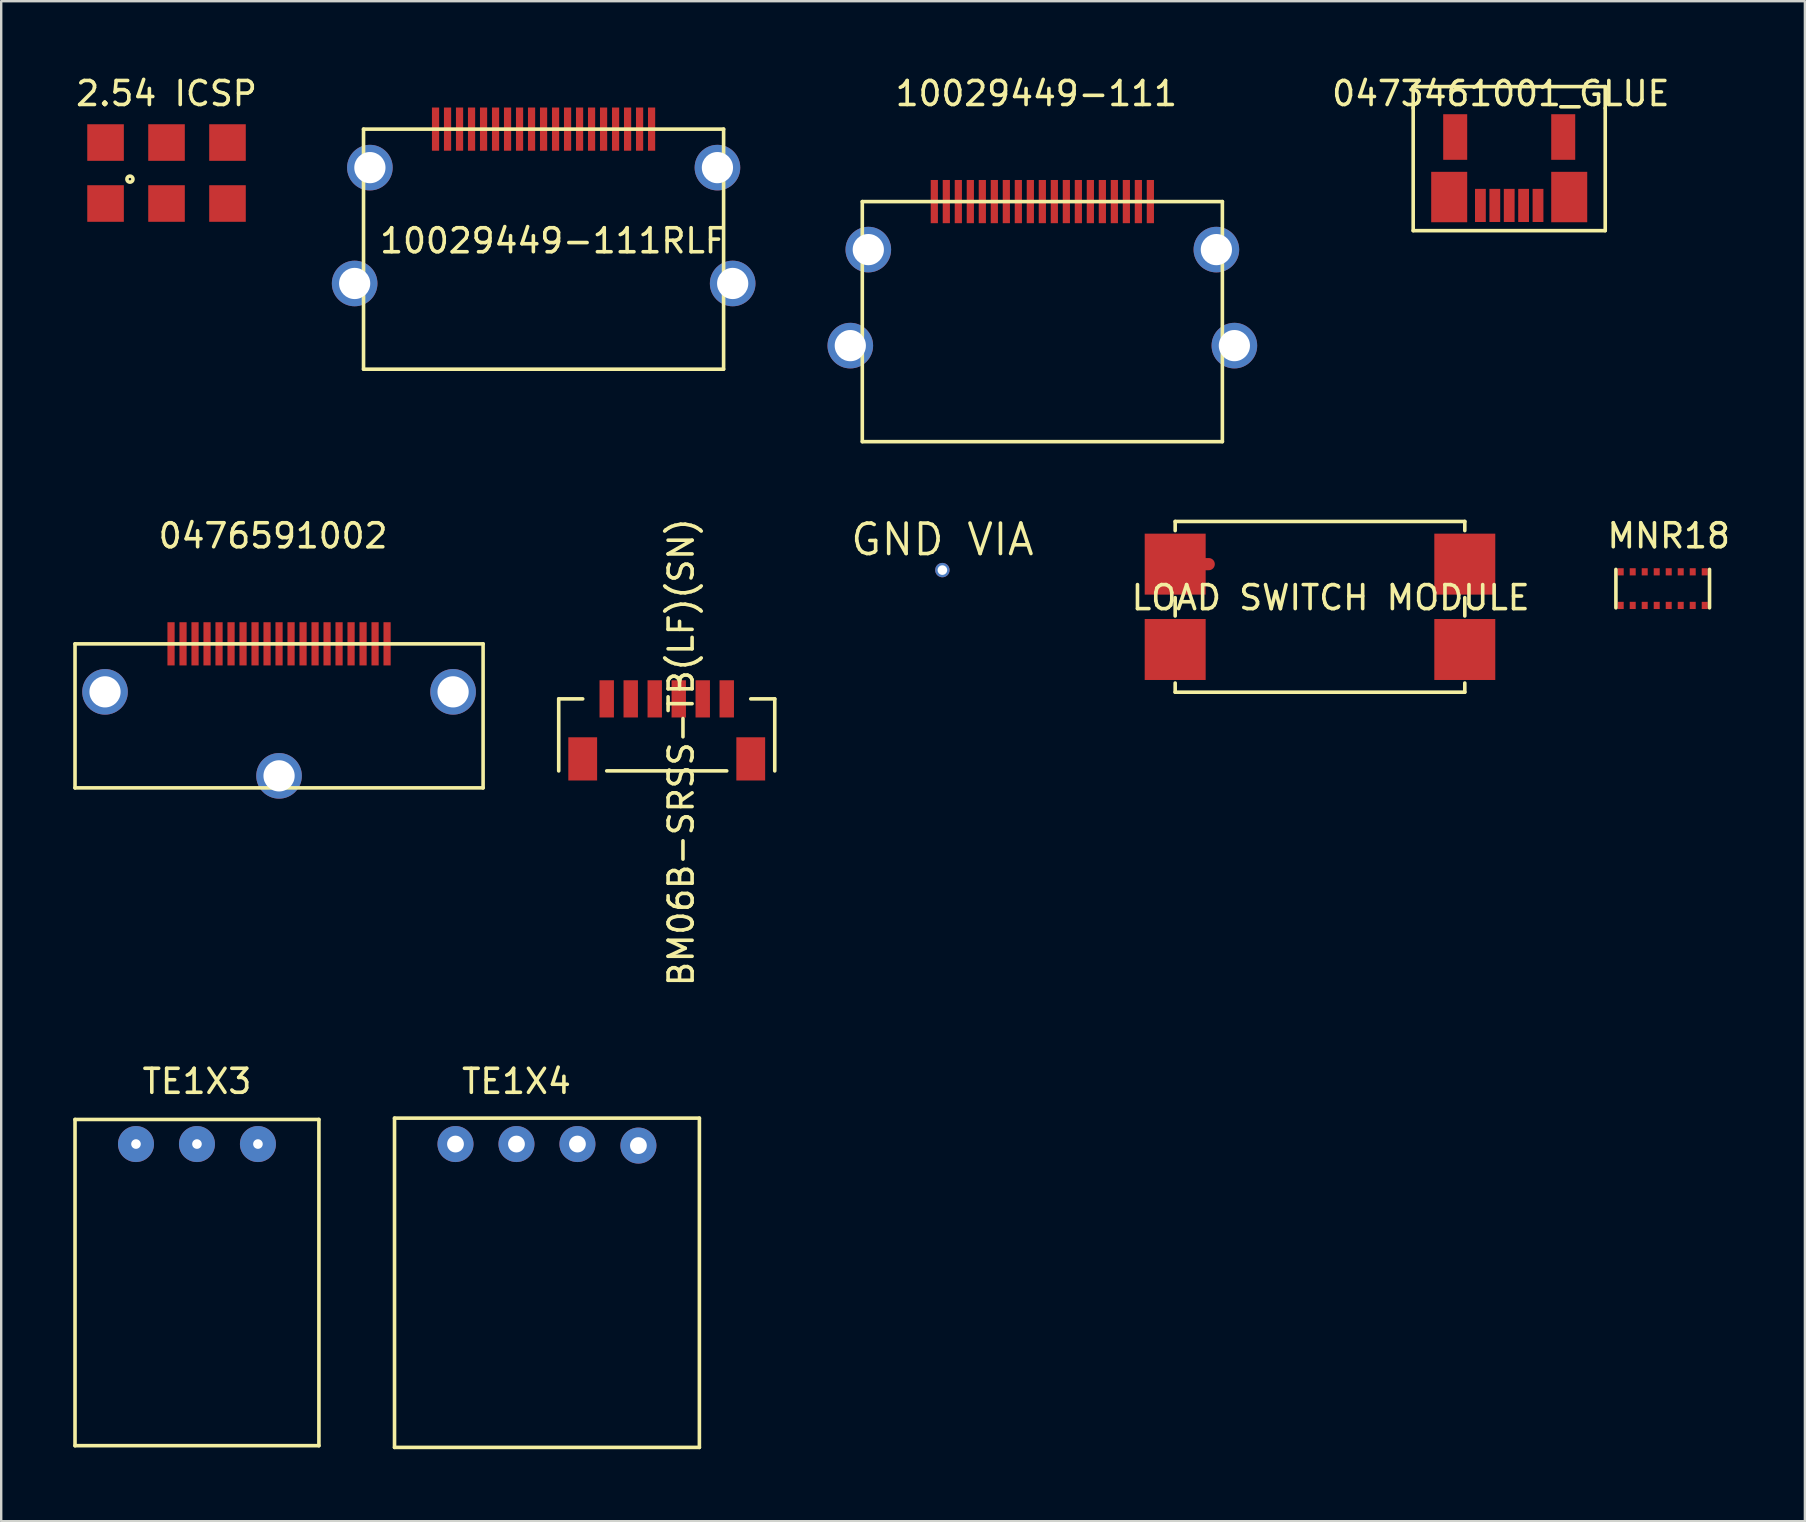
<source format=kicad_pcb>
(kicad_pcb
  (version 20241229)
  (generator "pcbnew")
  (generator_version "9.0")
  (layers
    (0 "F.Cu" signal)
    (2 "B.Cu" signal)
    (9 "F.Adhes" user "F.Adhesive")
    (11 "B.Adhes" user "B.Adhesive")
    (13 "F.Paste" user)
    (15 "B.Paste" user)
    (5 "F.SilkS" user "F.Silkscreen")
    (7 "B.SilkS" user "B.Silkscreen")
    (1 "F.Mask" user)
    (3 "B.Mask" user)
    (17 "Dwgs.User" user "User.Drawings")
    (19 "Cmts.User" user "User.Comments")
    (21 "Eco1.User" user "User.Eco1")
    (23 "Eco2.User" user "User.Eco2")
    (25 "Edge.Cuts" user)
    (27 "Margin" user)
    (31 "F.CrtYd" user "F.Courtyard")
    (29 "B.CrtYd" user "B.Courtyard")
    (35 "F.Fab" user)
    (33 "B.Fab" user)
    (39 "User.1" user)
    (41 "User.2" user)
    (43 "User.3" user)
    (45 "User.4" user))
  (footprint "LOAD SWITCH MODULE"
    (layer "F.Cu")
    (at 43.366 18.673)
    (property "Reference" "LOAD SWITCH MODULE" (at 9.017 3.175 0) (layer "F.SilkS") (effects (font (size 1 1) (thickness 0.15))))
    (attr through_hole)
    (fp_line (start 3.81 1.778) (end 3.937 1.778) (stroke (width 0.508) (type solid)) (layer "F.Cu"))
    (fp_line (start 2.54 0) (end 2.54 0.381) (stroke (width 0.15) (type solid)) (layer "F.SilkS"))
    (fp_line (start 2.54 3.937) (end 2.54 3.175) (stroke (width 0.15) (type solid)) (layer "F.SilkS"))
    (fp_line (start 2.54 7.112) (end 2.54 6.731) (stroke (width 0.15) (type solid)) (layer "F.SilkS"))
    (fp_line (start 14.605 0) (end 2.54 0) (stroke (width 0.15) (type solid)) (layer "F.SilkS"))
    (fp_line (start 14.605 0) (end 14.605 0.381) (stroke (width 0.15) (type solid)) (layer "F.SilkS"))
    (fp_line (start 14.605 3.175) (end 14.605 3.937) (stroke (width 0.15) (type solid)) (layer "F.SilkS"))
    (fp_line (start 14.605 6.731) (end 14.605 7.112) (stroke (width 0.15) (type solid)) (layer "F.SilkS"))
    (fp_line (start 14.605 7.112) (end 2.54 7.112) (stroke (width 0.15) (type solid)) (layer "F.SilkS"))
    (pad "1" smd rect (at 2.54 1.778) (size 2.54 2.54) (layers "F.Cu" "F.Mask" "F.Paste"))
    (pad "2" smd rect (at 2.54 5.334) (size 2.54 2.54) (layers "F.Cu" "F.Mask" "F.Paste"))
    (pad "3" smd rect (at 14.605 5.334) (size 2.54 2.54) (layers "F.Cu" "F.Mask" "F.Paste"))
    (pad "4" smd rect (at 14.605 1.778) (size 2.54 2.54) (layers "F.Cu" "F.Mask" "F.Paste")))
  (footprint "2.54 ICSP"
    (layer "F.Cu")
    (at 3.887 0.348)
    (property "Reference" "2.54 ICSP" (at 0 0.5 0) (layer "F.SilkS") (effects (font (size 1 1) (thickness 0.15))))
    (attr through_hole)
    (fp_circle (center -1.524 4.064) (end -1.524 4.191) (stroke (width 0.15) (type solid)) (fill no) (layer "F.SilkS"))
    (pad "1" connect rect (at -2.54 5.08) (size 1.524 1.524) (layers "F.Cu" "F.Mask"))
    (pad "2" connect rect (at -2.54 2.54) (size 1.524 1.524) (layers "F.Cu" "F.Mask"))
    (pad "3" connect rect (at 0 5.08) (size 1.524 1.524) (layers "F.Cu" "F.Mask"))
    (pad "4" connect rect (at 0 2.54) (size 1.524 1.524) (layers "F.Cu" "F.Mask"))
    (pad "5" connect rect (at 2.54 5.08) (size 1.524 1.524) (layers "F.Cu" "F.Mask"))
    (pad "6" connect rect (at 2.54 2.54) (size 1.524 1.524) (layers "F.Cu" "F.Mask")))
  (footprint "TE1X3"
    (layer "F.Cu")
    (at 5.155 41.498)
    (property "Reference" "TE1X3" (at 0 0.5 0) (layer "F.SilkS") (effects (font (size 1 1) (thickness 0.15))))
    (attr through_hole)
    (fp_line (start -5.08 15.677) (end -5.08 2.087) (stroke (width 0.15) (type solid)) (layer "F.SilkS"))
    (fp_line (start -5.08 15.677) (end 5.08 15.677) (stroke (width 0.15) (type solid)) (layer "F.SilkS"))
    (fp_line (start 5.08 2.087) (end -5.08 2.087) (stroke (width 0.15) (type solid)) (layer "F.SilkS"))
    (fp_line (start 5.08 15.677) (end 5.08 2.087) (stroke (width 0.15) (type solid)) (layer "F.SilkS"))
    (pad "1" thru_hole circle (at -2.54 3.111) (size 1.5 1.5) (drill 0.4) (layers "*.Cu" "*.Mask"))
    (pad "2" thru_hole circle (at 0 3.111) (size 1.5 1.5) (drill 0.4) (layers "*.Cu" "*.Mask"))
    (pad "3" thru_hole circle (at 2.54 3.111) (size 1.5 1.5) (drill 0.4) (layers "*.Cu" "*.Mask")))
  (footprint "0473461001_GLUE"
    (layer "F.Cu")
    (at 59.471 0.348)
    (property "Reference" "0473461001_GLUE" (at 0 0.5 0) (layer "F.SilkS") (effects (font (size 1 1) (thickness 0.15))))
    (attr through_hole)
    (fp_line (start -3.65 0.21) (end -3.65 1.11) (stroke (width 0.15) (type solid)) (layer "F.SilkS"))
    (fp_line (start -3.65 1.11) (end -3.65 6.21) (stroke (width 0.15) (type solid)) (layer "F.SilkS"))
    (fp_line (start -3.65 6.21) (end 4.35 6.21) (stroke (width 0.15) (type solid)) (layer "F.SilkS"))
    (fp_line (start 4.35 0.21) (end -3.65 0.21) (stroke (width 0.15) (type solid)) (layer "F.SilkS"))
    (fp_line (start 4.35 0.21) (end 4.35 1.11) (stroke (width 0.15) (type solid)) (layer "F.SilkS"))
    (fp_line (start 4.35 1.11) (end 4.35 6.21) (stroke (width 0.15) (type solid)) (layer "F.SilkS"))
    (pad "1" smd rect (at 1.55 5.16) (size 0.45 1.38) (layers "F.Cu" "F.Mask" "F.Paste"))
    (pad "2" smd rect (at 0.95 5.16) (size 0.45 1.38) (layers "F.Cu" "F.Mask" "F.Paste"))
    (pad "3" smd rect (at 0.35 5.16) (size 0.45 1.38) (layers "F.Cu" "F.Mask" "F.Paste"))
    (pad "4" smd rect (at -0.25 5.16) (size 0.45 1.38) (layers "F.Cu" "F.Mask" "F.Paste"))
    (pad "5" smd rect (at -2.15 4.81) (size 1.5 2.1) (layers "F.Cu" "F.Mask" "F.Paste"))
    (pad "5" smd rect (at -1.9 2.31) (size 1 1.9) (layers "F.Cu" "F.Mask" "F.Paste"))
    (pad "5" smd rect (at -0.85 5.16) (size 0.45 1.38) (layers "F.Cu" "F.Mask" "F.Paste"))
    (pad "5" smd rect (at 2.6 2.31) (size 1 1.9) (layers "F.Cu" "F.Mask" "F.Paste"))
    (pad "5" smd rect (at 2.85 4.81) (size 1.5 2.1) (layers "F.Cu" "F.Mask" "F.Paste")))
  (footprint "MNR18"
    (layer "F.Cu")
    (at 66.266 20.471)
    (property "Reference" "MNR18" (at 0.2 -1.2 0) (layer "F.SilkS") (effects (font (size 1 1) (thickness 0.15))))
    (attr through_hole)
    (fp_line (start -2 0.2) (end -2 1.8) (stroke (width 0.15) (type solid)) (layer "F.SilkS"))
    (fp_line (start 1.9 0.2) (end 1.9 1.8) (stroke (width 0.15) (type solid)) (layer "F.SilkS"))
    (pad "1" smd rect (at -1.8 1.7) (size 0.25 0.3) (layers "F.Cu" "F.Mask" "F.Paste"))
    (pad "2" smd rect (at -1.3 1.7) (size 0.25 0.3) (layers "F.Cu" "F.Mask" "F.Paste"))
    (pad "3" smd rect (at -0.8 1.7) (size 0.25 0.3) (layers "F.Cu" "F.Mask" "F.Paste"))
    (pad "4" smd rect (at -0.3 1.7) (size 0.25 0.3) (layers "F.Cu" "F.Mask" "F.Paste"))
    (pad "5" smd rect (at 0.2 1.7) (size 0.25 0.3) (layers "F.Cu" "F.Mask" "F.Paste"))
    (pad "6" smd rect (at 0.7 1.7) (size 0.25 0.3) (layers "F.Cu" "F.Mask" "F.Paste"))
    (pad "7" smd rect (at 1.2 1.7) (size 0.25 0.3) (layers "F.Cu" "F.Mask" "F.Paste"))
    (pad "8" smd rect (at 1.7 1.7) (size 0.25 0.3) (layers "F.Cu" "F.Mask" "F.Paste"))
    (pad "9" smd rect (at 1.7 0.3) (size 0.25 0.3) (layers "F.Cu" "F.Mask" "F.Paste"))
    (pad "10" smd rect (at 1.2 0.3) (size 0.25 0.3) (layers "F.Cu" "F.Mask" "F.Paste"))
    (pad "11" smd rect (at 0.7 0.3) (size 0.25 0.3) (layers "F.Cu" "F.Mask" "F.Paste"))
    (pad "12" smd rect (at 0.2 0.3) (size 0.25 0.3) (layers "F.Cu" "F.Mask" "F.Paste"))
    (pad "13" smd rect (at -0.3 0.3) (size 0.25 0.3) (layers "F.Cu" "F.Mask" "F.Paste"))
    (pad "14" smd rect (at -0.8 0.3) (size 0.25 0.3) (layers "F.Cu" "F.Mask" "F.Paste"))
    (pad "15" smd rect (at -1.3 0.3) (size 0.25 0.3) (layers "F.Cu" "F.Mask" "F.Paste"))
    (pad "16" smd rect (at -1.8 0.3) (size 0.25 0.3) (layers "F.Cu" "F.Mask" "F.Paste")))
  (footprint "0476591002"
    (layer "F.Cu")
    (at 8.325 18.771)
    (property "Reference" "0476591002" (at 0 0.5 0) (layer "F.SilkS") (effects (font (size 1 1) (thickness 0.15))))
    (attr through_hole)
    (fp_line (start -8.25 5) (end -8.25 11) (stroke (width 0.15) (type solid)) (layer "F.SilkS"))
    (fp_line (start -8.25 11) (end 8.75 11) (stroke (width 0.15) (type solid)) (layer "F.SilkS"))
    (fp_line (start 8.75 5) (end -8.25 5) (stroke (width 0.15) (type solid)) (layer "F.SilkS"))
    (fp_line (start 8.75 11) (end 8.75 5) (stroke (width 0.15) (type solid)) (layer "F.SilkS"))
    (pad "1" smd rect (at 4.75 5) (size 0.3 1.8) (layers "F.Cu" "F.Mask" "F.Paste"))
    (pad "2" smd rect (at 4.25 5) (size 0.3 1.8) (layers "F.Cu" "F.Mask" "F.Paste"))
    (pad "3" smd rect (at 3.75 5) (size 0.3 1.8) (layers "F.Cu" "F.Mask" "F.Paste"))
    (pad "4" smd rect (at 3.25 5) (size 0.3 1.8) (layers "F.Cu" "F.Mask" "F.Paste"))
    (pad "5" smd rect (at 2.75 5) (size 0.3 1.8) (layers "F.Cu" "F.Mask" "F.Paste"))
    (pad "6" smd rect (at 2.25 5) (size 0.3 1.8) (layers "F.Cu" "F.Mask" "F.Paste"))
    (pad "7" smd rect (at 1.75 5) (size 0.3 1.8) (layers "F.Cu" "F.Mask" "F.Paste"))
    (pad "8" smd rect (at 1.25 5) (size 0.3 1.8) (layers "F.Cu" "F.Mask" "F.Paste"))
    (pad "9" smd rect (at 0.75 5) (size 0.3 1.8) (layers "F.Cu" "F.Mask" "F.Paste"))
    (pad "10" smd rect (at 0.25 5) (size 0.3 1.8) (layers "F.Cu" "F.Mask" "F.Paste"))
    (pad "11" smd rect (at -0.25 5) (size 0.3 1.8) (layers "F.Cu" "F.Mask" "F.Paste"))
    (pad "12" smd rect (at -0.75 5) (size 0.3 1.8) (layers "F.Cu" "F.Mask" "F.Paste"))
    (pad "13" smd rect (at -1.25 5) (size 0.3 1.8) (layers "F.Cu" "F.Mask" "F.Paste"))
    (pad "14" smd rect (at -1.75 5) (size 0.3 1.8) (layers "F.Cu" "F.Mask" "F.Paste"))
    (pad "15" smd rect (at -2.25 5) (size 0.3 1.8) (layers "F.Cu" "F.Mask" "F.Paste"))
    (pad "16" smd rect (at -2.75 5) (size 0.3 1.8) (layers "F.Cu" "F.Mask" "F.Paste"))
    (pad "17" smd rect (at -3.25 5) (size 0.3 1.8) (layers "F.Cu" "F.Mask" "F.Paste"))
    (pad "18" smd rect (at -3.75 5) (size 0.3 1.8) (layers "F.Cu" "F.Mask" "F.Paste"))
    (pad "19" smd rect (at -4.25 5) (size 0.3 1.8) (layers "F.Cu" "F.Mask" "F.Paste"))
    (pad "20" thru_hole circle (at -7 7) (size 1.9 1.9) (drill 1.3) (layers "*.Cu" "*.Mask"))
    (pad "20" thru_hole circle (at 0.25 10.5) (size 1.9 1.9) (drill 1.3) (layers "*.Cu" "*.Mask"))
    (pad "20" thru_hole circle (at 7.5 7) (size 1.9 1.9) (drill 1.3) (layers "*.Cu" "*.Mask")))
  (footprint "GND VIA"
    (layer "F.Cu")
    (at 36.208 19.429)
    (property "Reference" "GND VIA" (at 0 0 0) (layer "F.SilkS") (effects (font (size 1.27 1.27) (thickness 0.15))))
    (attr through_hole)
    (pad "1" thru_hole circle (at 0 1.27) (size 0.6 0.6) (drill 0.4) (layers "*.Cu")))
  (footprint "10029449-111RLF"
    (layer "F.Cu")
    (at 19.598 0.25)
    (property "Reference" "10029449-111RLF" (at 0.381 6.731 0) (layer "F.SilkS") (effects (font (size 1 1) (thickness 0.15))))
    (attr through_hole)
    (fp_line (start -7.504 2.079) (end 7.496 2.079) (stroke (width 0.15) (type solid)) (layer "F.SilkS"))
    (fp_line (start -7.504 12.079) (end -7.504 2.079) (stroke (width 0.15) (type solid)) (layer "F.SilkS"))
    (fp_line (start -7.504 12.079) (end 7.496 12.079) (stroke (width 0.15) (type solid)) (layer "F.SilkS"))
    (fp_line (start 7.496 12.079) (end 7.496 2.079) (stroke (width 0.15) (type solid)) (layer "F.SilkS"))
    (pad "1" smd rect (at 4.496 2.079) (size 0.3 1.8) (layers "F.Cu" "F.Mask" "F.Paste"))
    (pad "2" smd rect (at 3.996 2.079) (size 0.3 1.8) (layers "F.Cu" "F.Mask" "F.Paste"))
    (pad "3" smd rect (at 3.496 2.079) (size 0.3 1.8) (layers "F.Cu" "F.Mask" "F.Paste"))
    (pad "4" smd rect (at 2.996 2.079) (size 0.3 1.8) (layers "F.Cu" "F.Mask" "F.Paste"))
    (pad "5" smd rect (at 2.496 2.079) (size 0.3 1.8) (layers "F.Cu" "F.Mask" "F.Paste"))
    (pad "6" smd rect (at 1.996 2.079) (size 0.3 1.8) (layers "F.Cu" "F.Mask" "F.Paste"))
    (pad "7" smd rect (at 1.496 2.079) (size 0.3 1.8) (layers "F.Cu" "F.Mask" "F.Paste"))
    (pad "8" smd rect (at 0.996 2.079) (size 0.3 1.8) (layers "F.Cu" "F.Mask" "F.Paste"))
    (pad "9" smd rect (at 0.496 2.079) (size 0.3 1.8) (layers "F.Cu" "F.Mask" "F.Paste"))
    (pad "10" smd rect (at -0.004 2.079) (size 0.3 1.8) (layers "F.Cu" "F.Mask" "F.Paste"))
    (pad "11" smd rect (at -0.504 2.079) (size 0.3 1.8) (layers "F.Cu" "F.Mask" "F.Paste"))
    (pad "12" smd rect (at -1.004 2.079) (size 0.3 1.8) (layers "F.Cu" "F.Mask" "F.Paste"))
    (pad "13" smd rect (at -1.504 2.079) (size 0.3 1.8) (layers "F.Cu" "F.Mask" "F.Paste"))
    (pad "14" smd rect (at -2.004 2.079) (size 0.3 1.8) (layers "F.Cu" "F.Mask" "F.Paste"))
    (pad "15" smd rect (at -2.504 2.079) (size 0.3 1.8) (layers "F.Cu" "F.Mask" "F.Paste"))
    (pad "16" smd rect (at -3.004 2.079) (size 0.3 1.8) (layers "F.Cu" "F.Mask" "F.Paste"))
    (pad "17" smd rect (at -3.504 2.079) (size 0.3 1.8) (layers "F.Cu" "F.Mask" "F.Paste"))
    (pad "18" smd rect (at -4.004 2.079) (size 0.3 1.8) (layers "F.Cu" "F.Mask" "F.Paste"))
    (pad "19" smd rect (at -4.504 2.079) (size 0.3 1.8) (layers "F.Cu" "F.Mask" "F.Paste"))
    (pad "20" thru_hole circle (at -7.874 8.509) (size 1.9 1.9) (drill 1.3) (layers "*.Cu" "*.Mask"))
    (pad "20" thru_hole circle (at -7.239 3.683) (size 1.9 1.9) (drill 1.3) (layers "*.Cu" "*.Mask"))
    (pad "20" thru_hole circle (at 7.239 3.683) (size 1.9 1.9) (drill 1.3) (layers "*.Cu" "*.Mask"))
    (pad "20" thru_hole circle (at 7.874 8.509) (size 1.9 1.9) (drill 1.3) (layers "*.Cu" "*.Mask")))
  (footprint "10029449-111"
    (layer "F.Cu")
    (at 40.122 0.348)
    (property "Reference" "10029449-111" (at 0 0.5 0) (layer "F.SilkS") (effects (font (size 1 1) (thickness 0.15))))
    (attr through_hole)
    (fp_line (start -7.25 5) (end 7.75 5) (stroke (width 0.15) (type solid)) (layer "F.SilkS"))
    (fp_line (start -7.25 15) (end -7.25 5) (stroke (width 0.15) (type solid)) (layer "F.SilkS"))
    (fp_line (start -7.25 15) (end 7.75 15) (stroke (width 0.15) (type solid)) (layer "F.SilkS"))
    (fp_line (start 7.75 15) (end 7.75 5) (stroke (width 0.15) (type solid)) (layer "F.SilkS"))
    (pad "1" smd rect (at 4.75 5) (size 0.3 1.8) (layers "F.Cu" "F.Mask" "F.Paste"))
    (pad "2" smd rect (at 4.25 5) (size 0.3 1.8) (layers "F.Cu" "F.Mask" "F.Paste"))
    (pad "3" smd rect (at 3.75 5) (size 0.3 1.8) (layers "F.Cu" "F.Mask" "F.Paste"))
    (pad "4" smd rect (at 3.25 5) (size 0.3 1.8) (layers "F.Cu" "F.Mask" "F.Paste"))
    (pad "5" smd rect (at 2.75 5) (size 0.3 1.8) (layers "F.Cu" "F.Mask" "F.Paste"))
    (pad "6" smd rect (at 2.25 5) (size 0.3 1.8) (layers "F.Cu" "F.Mask" "F.Paste"))
    (pad "7" smd rect (at 1.75 5) (size 0.3 1.8) (layers "F.Cu" "F.Mask" "F.Paste"))
    (pad "8" smd rect (at 1.25 5) (size 0.3 1.8) (layers "F.Cu" "F.Mask" "F.Paste"))
    (pad "9" smd rect (at 0.75 5) (size 0.3 1.8) (layers "F.Cu" "F.Mask" "F.Paste"))
    (pad "10" smd rect (at 0.25 5) (size 0.3 1.8) (layers "F.Cu" "F.Mask" "F.Paste"))
    (pad "11" smd rect (at -0.25 5) (size 0.3 1.8) (layers "F.Cu" "F.Mask" "F.Paste"))
    (pad "12" smd rect (at -0.75 5) (size 0.3 1.8) (layers "F.Cu" "F.Mask" "F.Paste"))
    (pad "13" smd rect (at -1.25 5) (size 0.3 1.8) (layers "F.Cu" "F.Mask" "F.Paste"))
    (pad "14" smd rect (at -1.75 5) (size 0.3 1.8) (layers "F.Cu" "F.Mask" "F.Paste"))
    (pad "15" smd rect (at -2.25 5) (size 0.3 1.8) (layers "F.Cu" "F.Mask" "F.Paste"))
    (pad "16" smd rect (at -2.75 5) (size 0.3 1.8) (layers "F.Cu" "F.Mask" "F.Paste"))
    (pad "17" smd rect (at -3.25 5) (size 0.3 1.8) (layers "F.Cu" "F.Mask" "F.Paste"))
    (pad "18" smd rect (at -3.75 5) (size 0.3 1.8) (layers "F.Cu" "F.Mask" "F.Paste"))
    (pad "19" smd rect (at -4.25 5) (size 0.3 1.8) (layers "F.Cu" "F.Mask" "F.Paste"))
    (pad "20" thru_hole circle (at -7.75 11) (size 1.9 1.9) (drill 1.3) (layers "*.Cu" "*.Mask"))
    (pad "20" thru_hole circle (at -7 7) (size 1.9 1.9) (drill 1.3) (layers "*.Cu" "*.Mask"))
    (pad "20" thru_hole circle (at 7.5 7) (size 1.9 1.9) (drill 1.3) (layers "*.Cu" "*.Mask"))
    (pad "20" thru_hole circle (at 8.25 11) (size 1.9 1.9) (drill 1.3) (layers "*.Cu" "*.Mask")))
  (footprint "TE1X4"
    (layer "F.Cu")
    (at 18.465 41.498)
    (property "Reference" "TE1X4" (at 0 0.5 0) (layer "F.SilkS") (effects (font (size 1 1) (thickness 0.15))))
    (attr through_hole)
    (fp_line (start -5.08 2.032) (end 7.62 2.032) (stroke (width 0.15) (type solid)) (layer "F.SilkS"))
    (fp_line (start -5.08 15.748) (end -5.08 2.032) (stroke (width 0.15) (type solid)) (layer "F.SilkS"))
    (fp_line (start 7.62 2.032) (end 7.62 15.748) (stroke (width 0.15) (type solid)) (layer "F.SilkS"))
    (fp_line (start 7.62 15.748) (end -5.08 15.748) (stroke (width 0.15) (type solid)) (layer "F.SilkS"))
    (pad "1" thru_hole circle (at -2.54 3.111) (size 1.5 1.5) (drill 0.7) (layers "*.Cu" "*.Mask"))
    (pad "2" thru_hole circle (at 0 3.111) (size 1.5 1.5) (drill 0.7) (layers "*.Cu" "*.Mask"))
    (pad "3" thru_hole circle (at 2.54 3.111) (size 1.5 1.5) (drill 0.7) (layers "*.Cu" "*.Mask"))
    (pad "4" thru_hole circle (at 5.08 3.175) (size 1.5 1.5) (drill 0.7) (layers "*.Cu" "*.Mask")))
  (footprint "BM06B-SRSS-TB(LF)(SN)"
    (layer "F.Cu")
    (at 26.214 21.873)
    (property "Reference" "BM06B-SRSS-TB(LF)(SN)" (at -0.887 6.414 90) (layer "F.SilkS") (effects (font (size 1 1) (thickness 0.15))))
    (attr through_hole)
    (fp_line (start -5.989 4.191) (end -4.989 4.191) (stroke (width 0.15) (type solid)) (layer "F.SilkS"))
    (fp_line (start -5.989 7.191) (end -5.989 4.191) (stroke (width 0.15) (type solid)) (layer "F.SilkS"))
    (fp_line (start 1.011 7.191) (end -3.989 7.191) (stroke (width 0.15) (type solid)) (layer "F.SilkS"))
    (fp_line (start 2.011 4.191) (end 3.011 4.191) (stroke (width 0.15) (type solid)) (layer "F.SilkS"))
    (fp_line (start 3.011 4.191) (end 3.011 7.191) (stroke (width 0.15) (type solid)) (layer "F.SilkS"))
    (pad "1" smd rect (at -3.989 4.191 180) (size 0.6 1.55) (layers "F.Cu" "F.Mask" "F.Paste"))
    (pad "2" smd rect (at -2.989 4.191 180) (size 0.6 1.55) (layers "F.Cu" "F.Mask" "F.Paste"))
    (pad "3" smd rect (at -1.989 4.191 180) (size 0.6 1.55) (layers "F.Cu" "F.Mask" "F.Paste"))
    (pad "4" smd rect (at -0.989 4.191 180) (size 0.6 1.55) (layers "F.Cu" "F.Mask" "F.Paste"))
    (pad "5" smd rect (at 0.011 4.191 180) (size 0.6 1.55) (layers "F.Cu" "F.Mask" "F.Paste"))
    (pad "6" smd rect (at 1.011 4.191 180) (size 0.6 1.55) (layers "F.Cu" "F.Mask" "F.Paste"))
    (pad "7" smd rect (at -4.989 6.691 180) (size 1.2 1.8) (layers "F.Cu" "F.Mask" "F.Paste"))
    (pad "7" smd rect (at 2.011 6.691 180) (size 1.2 1.8) (layers "F.Cu" "F.Mask" "F.Paste")))
  (gr_rect
    (start -3 -3)
    (end 72.139 60.321)
    (stroke (width 0.1) (type default))
    (fill no)
    (layer "Edge.Cuts")))
</source>
